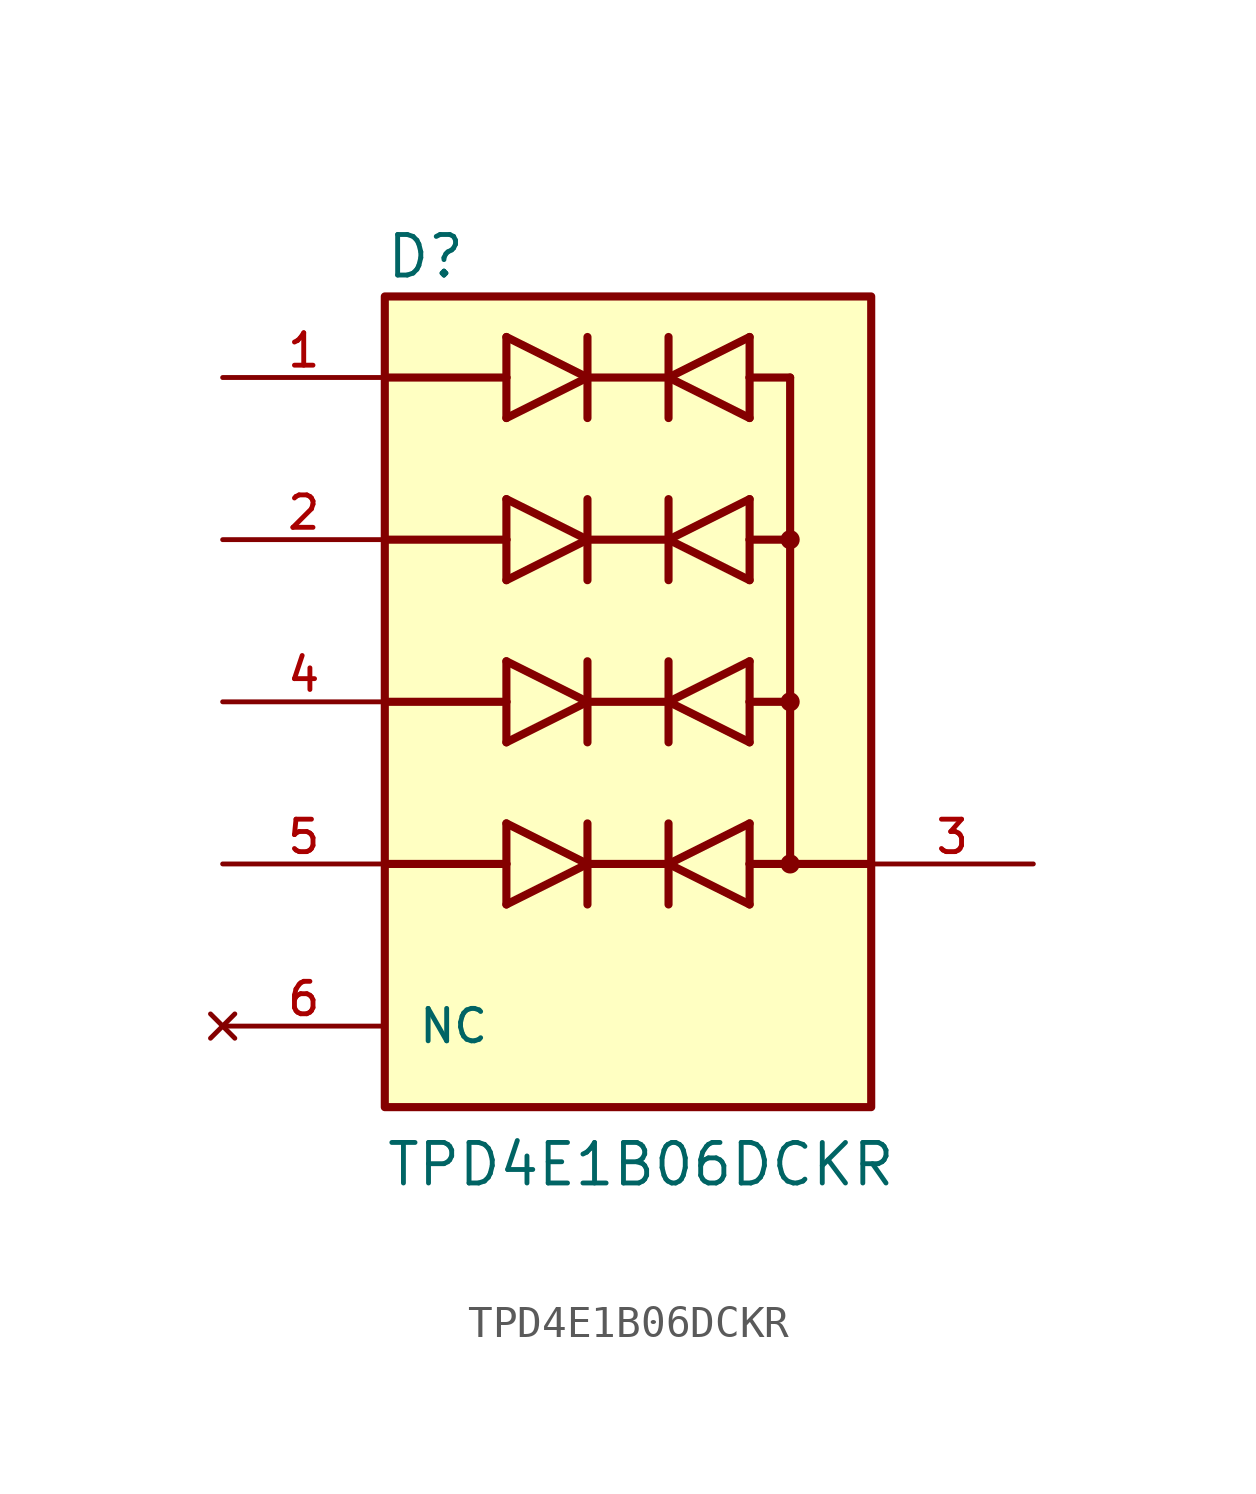
<source format=kicad_sym>
(kicad_symbol_lib
  (version 20211014)
  (generator kicad_symbol_editor)
  (symbol "TPD4E1B06DCKR"
    (pin_names
      (offset 1.016))
    (property "Reference" "D"
      (at -7.62 13.208 0)
      (effects (font (size 1.27 1.27)) (justify bottom left)))
    (property "Value" "TPD4E1B06DCKR"
      (at -7.62 -15.24 0)
      (effects (font (size 1.27 1.27)) (justify bottom left)))
    (symbol "TPD4E1B06DCKR_0_0"
      (polyline (pts (xy -3.81 -6.35) (xy -1.27 -5.08)) (stroke (width 0.254)))
      (polyline (pts (xy -1.27 -5.08) (xy -3.81 -3.81)) (stroke (width 0.254)))
      (polyline (pts (xy -1.27 -3.81) (xy -1.27 -5.08)) (stroke (width 0.254)))
      (polyline (pts (xy -3.81 -3.81) (xy -3.81 -5.08)) (stroke (width 0.254)))
      (polyline (pts (xy -3.81 -5.08) (xy -3.81 -6.35)) (stroke (width 0.254)))
      (polyline (pts (xy -1.27 -5.08) (xy -1.27 -6.35)) (stroke (width 0.254)))
      (polyline (pts (xy -7.62 -5.08) (xy -3.81 -5.08)) (stroke (width 0.254)))
      (polyline (pts (xy -3.81 -1.27) (xy -1.27 0.0)) (stroke (width 0.254)))
      (polyline (pts (xy -1.27 0.0) (xy -3.81 1.27)) (stroke (width 0.254)))
      (polyline (pts (xy -1.27 1.27) (xy -1.27 0.0)) (stroke (width 0.254)))
      (polyline (pts (xy -3.81 1.27) (xy -3.81 0.0)) (stroke (width 0.254)))
      (polyline (pts (xy -3.81 0.0) (xy -3.81 -1.27)) (stroke (width 0.254)))
      (polyline (pts (xy -1.27 0.0) (xy -1.27 -1.27)) (stroke (width 0.254)))
      (polyline (pts (xy -7.62 0.0) (xy -3.81 0.0)) (stroke (width 0.254)))
      (polyline (pts (xy -3.81 3.81) (xy -1.27 5.08)) (stroke (width 0.254)))
      (polyline (pts (xy -1.27 5.08) (xy -3.81 6.35)) (stroke (width 0.254)))
      (polyline (pts (xy -1.27 6.35) (xy -1.27 5.08)) (stroke (width 0.254)))
      (polyline (pts (xy -3.81 6.35) (xy -3.81 5.08)) (stroke (width 0.254)))
      (polyline (pts (xy -3.81 5.08) (xy -3.81 3.81)) (stroke (width 0.254)))
      (polyline (pts (xy -1.27 5.08) (xy -1.27 3.81)) (stroke (width 0.254)))
      (polyline (pts (xy 3.81 -3.81) (xy 1.27 -5.08)) (stroke (width 0.254)))
      (polyline (pts (xy 1.27 -5.08) (xy 3.81 -6.35)) (stroke (width 0.254)))
      (polyline (pts (xy 1.27 -6.35) (xy 1.27 -5.08)) (stroke (width 0.254)))
      (polyline (pts (xy 3.81 -6.35) (xy 3.81 -5.08)) (stroke (width 0.254)))
      (polyline (pts (xy 3.81 -5.08) (xy 3.81 -3.81)) (stroke (width 0.254)))
      (polyline (pts (xy 1.27 -5.08) (xy 1.27 -3.81)) (stroke (width 0.254)))
      (polyline (pts (xy 3.81 1.27) (xy 1.27 0.0)) (stroke (width 0.254)))
      (polyline (pts (xy 1.27 0.0) (xy 3.81 -1.27)) (stroke (width 0.254)))
      (polyline (pts (xy 1.27 -1.27) (xy 1.27 0.0)) (stroke (width 0.254)))
      (polyline (pts (xy 3.81 -1.27) (xy 3.81 0.0)) (stroke (width 0.254)))
      (polyline (pts (xy 3.81 0.0) (xy 3.81 1.27)) (stroke (width 0.254)))
      (polyline (pts (xy 1.27 0.0) (xy 1.27 1.27)) (stroke (width 0.254)))
      (polyline (pts (xy 3.81 6.35) (xy 1.27 5.08)) (stroke (width 0.254)))
      (polyline (pts (xy 1.27 5.08) (xy 3.81 3.81)) (stroke (width 0.254)))
      (polyline (pts (xy 1.27 3.81) (xy 1.27 5.08)) (stroke (width 0.254)))
      (polyline (pts (xy 3.81 3.81) (xy 3.81 5.08)) (stroke (width 0.254)))
      (polyline (pts (xy 3.81 5.08) (xy 3.81 6.35)) (stroke (width 0.254)))
      (polyline (pts (xy 1.27 5.08) (xy 1.27 6.35)) (stroke (width 0.254)))
      (polyline (pts (xy -3.81 8.89) (xy -1.27 10.16)) (stroke (width 0.254)))
      (polyline (pts (xy -1.27 10.16) (xy -3.81 11.43)) (stroke (width 0.254)))
      (polyline (pts (xy -1.27 11.43) (xy -1.27 10.16)) (stroke (width 0.254)))
      (polyline (pts (xy -3.81 11.43) (xy -3.81 10.16)) (stroke (width 0.254)))
      (polyline (pts (xy -3.81 10.16) (xy -3.81 8.89)) (stroke (width 0.254)))
      (polyline (pts (xy -1.27 10.16) (xy -1.27 8.89)) (stroke (width 0.254)))
      (polyline (pts (xy 3.81 11.43) (xy 1.27 10.16)) (stroke (width 0.254)))
      (polyline (pts (xy 1.27 10.16) (xy 3.81 8.89)) (stroke (width 0.254)))
      (polyline (pts (xy 1.27 8.89) (xy 1.27 10.16)) (stroke (width 0.254)))
      (polyline (pts (xy 3.81 8.89) (xy 3.81 10.16)) (stroke (width 0.254)))
      (polyline (pts (xy 3.81 10.16) (xy 3.81 11.43)) (stroke (width 0.254)))
      (polyline (pts (xy 1.27 10.16) (xy 1.27 11.43)) (stroke (width 0.254)))
      (polyline (pts (xy 3.81 10.16) (xy 5.08 10.16)) (stroke (width 0.254)))
      (polyline (pts (xy 5.08 -5.08) (xy 3.81 -5.08)) (stroke (width 0.254)))
      (polyline (pts (xy -1.27 10.16) (xy 1.27 10.16)) (stroke (width 0.254)))
      (polyline (pts (xy -1.27 5.08) (xy 1.27 5.08)) (stroke (width 0.254)))
      (polyline (pts (xy -1.27 0.0) (xy 1.27 0.0)) (stroke (width 0.254)))
      (polyline (pts (xy -1.27 -5.08) (xy 1.27 -5.08)) (stroke (width 0.254)))
      (polyline (pts (xy 5.08 10.16) (xy 5.08 5.08)) (stroke (width 0.254)))
      (polyline (pts (xy 5.08 5.08) (xy 5.08 0.0)) (stroke (width 0.254)))
      (polyline (pts (xy 5.08 0.0) (xy 5.08 -5.08)) (stroke (width 0.254)))
      (polyline (pts (xy 5.08 0.0) (xy 3.81 0.0)) (stroke (width 0.254)))
      (polyline (pts (xy 5.08 5.08) (xy 3.81 5.08)) (stroke (width 0.254)))
      (polyline (pts (xy 5.08 -5.08) (xy 7.62 -5.08)) (stroke (width 0.254)))
      (polyline (pts (xy -7.62 5.08) (xy -3.81 5.08)) (stroke (width 0.254)))
      (polyline (pts (xy -7.62 10.16) (xy -3.81 10.16)) (stroke (width 0.254)))
      (circle (center 5.08 -5.08) (radius 0.15) (stroke (width 0.3)) (fill (type none)))
      (circle (center 5.08 0.0) (radius 0.15) (stroke (width 0.3)) (fill (type none)))
      (circle (center 5.08 5.08) (radius 0.15) (stroke (width 0.3)) (fill (type none)))
      (rectangle (start -7.62 -12.7) (end 7.62 12.7) (stroke (width 0.254)) (fill (type background)))
      (pin bidirectional line (at -12.7 10.16 0) (length 5.08) (name "~" (effects (font (size 1.016 1.016)))) (number "1" (effects (font (size 1.016 1.016)))))
      (pin bidirectional line (at -12.7 5.08 0) (length 5.08) (name "~" (effects (font (size 1.016 1.016)))) (number "2" (effects (font (size 1.016 1.016)))))
      (pin bidirectional line (at -12.7 0.0 0) (length 5.08) (name "~" (effects (font (size 1.016 1.016)))) (number "4" (effects (font (size 1.016 1.016)))))
      (pin bidirectional line (at -12.7 -5.08 0) (length 5.08) (name "~" (effects (font (size 1.016 1.016)))) (number "5" (effects (font (size 1.016 1.016)))))
      (pin power_in line (at 12.7 -5.08 180.0) (length 5.08) (name "~" (effects (font (size 1.016 1.016)))) (number "3" (effects (font (size 1.016 1.016)))))
      (pin no_connect line (at -12.7 -10.16 0) (length 5.08) (name "NC" (effects (font (size 1.016 1.016)))) (number "6" (effects (font (size 1.016 1.016))))))))
</source>
